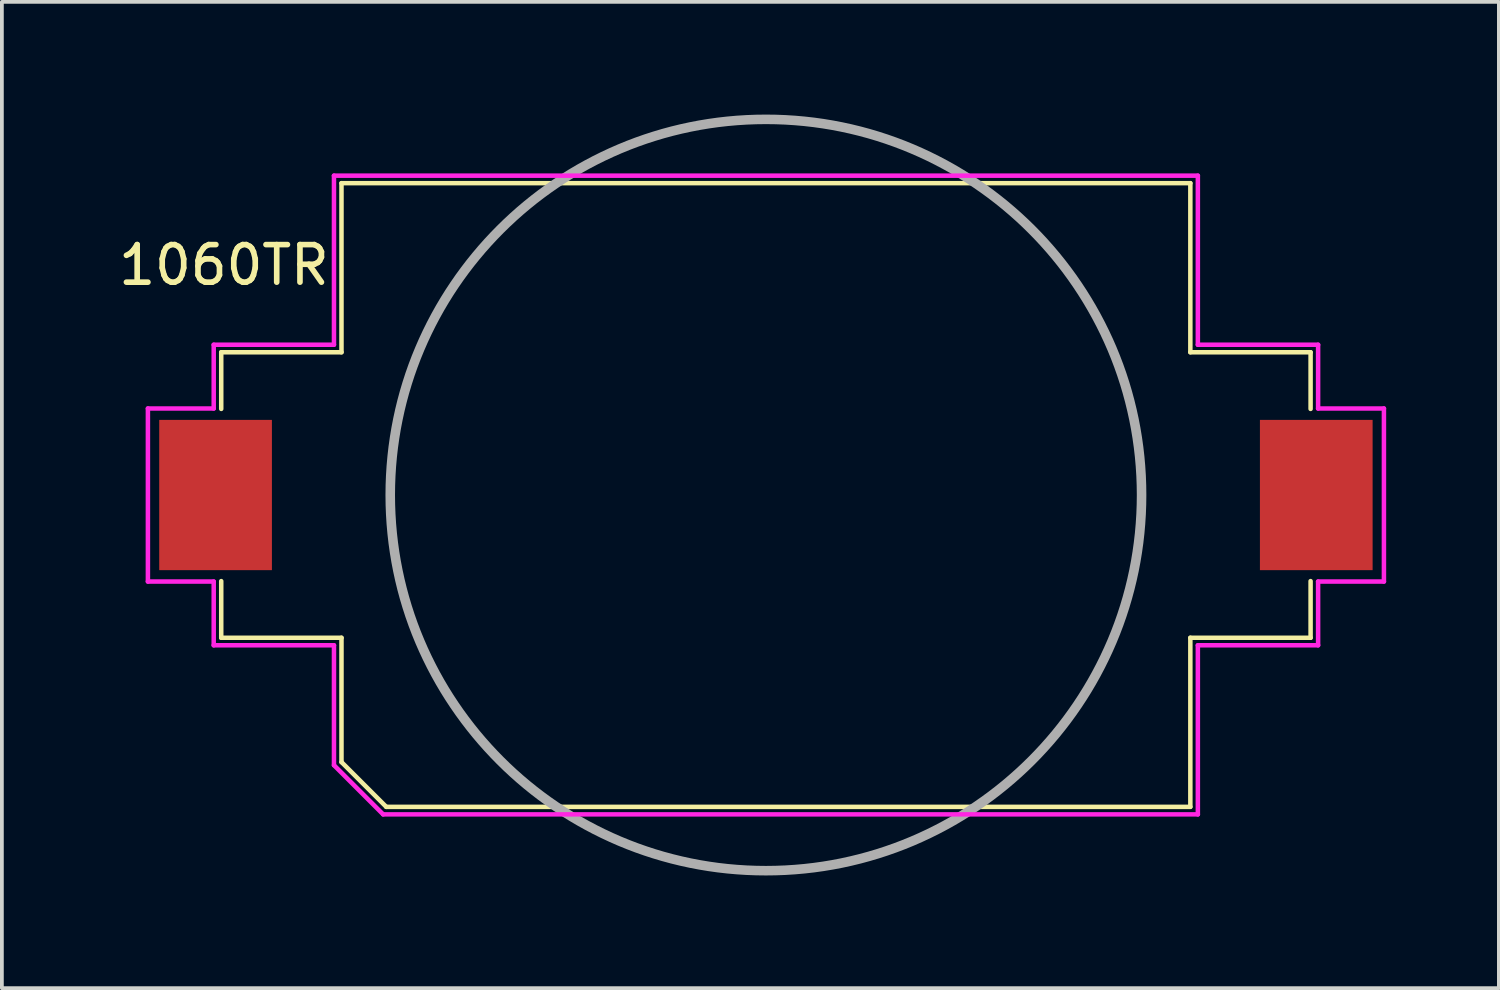
<source format=kicad_pcb>
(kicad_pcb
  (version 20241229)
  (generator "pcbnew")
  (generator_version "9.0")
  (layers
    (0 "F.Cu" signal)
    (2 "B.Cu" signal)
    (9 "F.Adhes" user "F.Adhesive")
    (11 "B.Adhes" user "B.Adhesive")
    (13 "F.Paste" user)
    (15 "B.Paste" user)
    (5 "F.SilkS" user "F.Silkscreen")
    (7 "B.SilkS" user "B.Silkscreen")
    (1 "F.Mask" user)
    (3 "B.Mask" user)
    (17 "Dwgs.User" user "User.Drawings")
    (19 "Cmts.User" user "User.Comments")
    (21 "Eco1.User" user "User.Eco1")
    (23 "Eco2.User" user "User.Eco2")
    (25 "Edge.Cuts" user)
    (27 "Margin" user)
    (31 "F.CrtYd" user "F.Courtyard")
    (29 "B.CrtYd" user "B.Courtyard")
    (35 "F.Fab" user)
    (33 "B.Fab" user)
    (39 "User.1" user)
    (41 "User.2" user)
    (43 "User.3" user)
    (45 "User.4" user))
  (footprint "1060TR"
    (layer "F.Cu")
    (at 17.338 10.127)
    (property "Reference" "1060TR" (at -14.427 -6.121 0) (layer "F.SilkS") (effects (font (size 1 1) (thickness 0.15))))
    (attr through_hole)
    (fp_line (start -14.499 -3.8) (end -11.298 -3.8) (stroke (width 0.12) (type solid)) (layer "F.SilkS"))
    (fp_line (start -14.499 -2.292) (end -14.499 -3.8) (stroke (width 0.12) (type solid)) (layer "F.SilkS"))
    (fp_line (start -14.499 3.8) (end -14.499 2.292) (stroke (width 0.12) (type solid)) (layer "F.SilkS"))
    (fp_line (start -14.499 3.8) (end -11.298 3.8) (stroke (width 0.12) (type solid)) (layer "F.SilkS"))
    (fp_line (start -11.298 -8.301) (end 11.298 -8.301) (stroke (width 0.12) (type solid)) (layer "F.SilkS"))
    (fp_line (start -11.298 -3.8) (end -11.298 -8.301) (stroke (width 0.12) (type solid)) (layer "F.SilkS"))
    (fp_line (start -11.298 7.109) (end -11.298 3.8) (stroke (width 0.12) (type solid)) (layer "F.SilkS"))
    (fp_line (start -10.106 8.301) (end -11.298 7.109) (stroke (width 0.12) (type solid)) (layer "F.SilkS"))
    (fp_line (start -10.106 8.301) (end 11.298 8.301) (stroke (width 0.12) (type solid)) (layer "F.SilkS"))
    (fp_line (start 11.298 -3.8) (end 11.298 -8.301) (stroke (width 0.12) (type solid)) (layer "F.SilkS"))
    (fp_line (start 11.298 -3.8) (end 14.499 -3.8) (stroke (width 0.12) (type solid)) (layer "F.SilkS"))
    (fp_line (start 11.298 3.8) (end 14.499 3.8) (stroke (width 0.12) (type solid)) (layer "F.SilkS"))
    (fp_line (start 11.298 8.301) (end 11.298 3.8) (stroke (width 0.12) (type solid)) (layer "F.SilkS"))
    (fp_line (start 14.499 -2.292) (end 14.499 -3.8) (stroke (width 0.12) (type solid)) (layer "F.SilkS"))
    (fp_line (start 14.499 3.8) (end 14.499 2.292) (stroke (width 0.12) (type solid)) (layer "F.SilkS"))
    (fp_line (start -16.451 -2.303) (end -16.451 2.303) (stroke (width 0.12) (type solid)) (layer "F.CrtYd"))
    (fp_line (start -16.451 -2.303) (end -14.699 -2.303) (stroke (width 0.12) (type solid)) (layer "F.CrtYd"))
    (fp_line (start -16.451 2.303) (end -14.699 2.303) (stroke (width 0.12) (type solid)) (layer "F.CrtYd"))
    (fp_line (start -14.699 -4) (end -11.498 -4) (stroke (width 0.12) (type solid)) (layer "F.CrtYd"))
    (fp_line (start -14.699 -2.303) (end -14.699 -4) (stroke (width 0.12) (type solid)) (layer "F.CrtYd"))
    (fp_line (start -14.699 4) (end -14.699 2.303) (stroke (width 0.12) (type solid)) (layer "F.CrtYd"))
    (fp_line (start -14.699 4) (end -11.498 4) (stroke (width 0.12) (type solid)) (layer "F.CrtYd"))
    (fp_line (start -11.498 -8.501) (end 11.498 -8.501) (stroke (width 0.12) (type solid)) (layer "F.CrtYd"))
    (fp_line (start -11.498 -4) (end -11.498 -8.501) (stroke (width 0.12) (type solid)) (layer "F.CrtYd"))
    (fp_line (start -11.498 7.192) (end -11.498 4) (stroke (width 0.12) (type solid)) (layer "F.CrtYd"))
    (fp_line (start -10.189 8.501) (end -11.498 7.192) (stroke (width 0.12) (type solid)) (layer "F.CrtYd"))
    (fp_line (start -10.189 8.501) (end 11.498 8.501) (stroke (width 0.12) (type solid)) (layer "F.CrtYd"))
    (fp_line (start 11.498 -4) (end 11.498 -8.501) (stroke (width 0.12) (type solid)) (layer "F.CrtYd"))
    (fp_line (start 11.498 -4) (end 14.699 -4) (stroke (width 0.12) (type solid)) (layer "F.CrtYd"))
    (fp_line (start 11.498 4) (end 14.699 4) (stroke (width 0.12) (type solid)) (layer "F.CrtYd"))
    (fp_line (start 11.498 8.501) (end 11.498 4) (stroke (width 0.12) (type solid)) (layer "F.CrtYd"))
    (fp_line (start 14.699 -2.303) (end 14.699 -4) (stroke (width 0.12) (type solid)) (layer "F.CrtYd"))
    (fp_line (start 14.699 -2.303) (end 16.451 -2.303) (stroke (width 0.12) (type solid)) (layer "F.CrtYd"))
    (fp_line (start 14.699 2.303) (end 16.451 2.303) (stroke (width 0.12) (type solid)) (layer "F.CrtYd"))
    (fp_line (start 14.699 4) (end 14.699 2.303) (stroke (width 0.12) (type solid)) (layer "F.CrtYd"))
    (fp_line (start 16.451 -2.303) (end 16.451 2.303) (stroke (width 0.12) (type solid)) (layer "F.CrtYd"))
    (fp_circle (center 0 0) (end 10 0) (stroke (width 0.254) (type solid)) (fill no) (layer "F.Fab"))
    (pad "1" smd rect (at -14.65 0) (size 3 4) (layers "F.Cu" "F.Mask" "F.Paste"))
    (pad "2" smd rect (at 14.65 0) (size 3 4) (layers "F.Cu" "F.Mask" "F.Paste")))
  (gr_rect
    (start -3 -3)
    (end 36.849 23.254)
    (stroke (width 0.1) (type default))
    (fill no)
    (layer "Edge.Cuts")))
</source>
